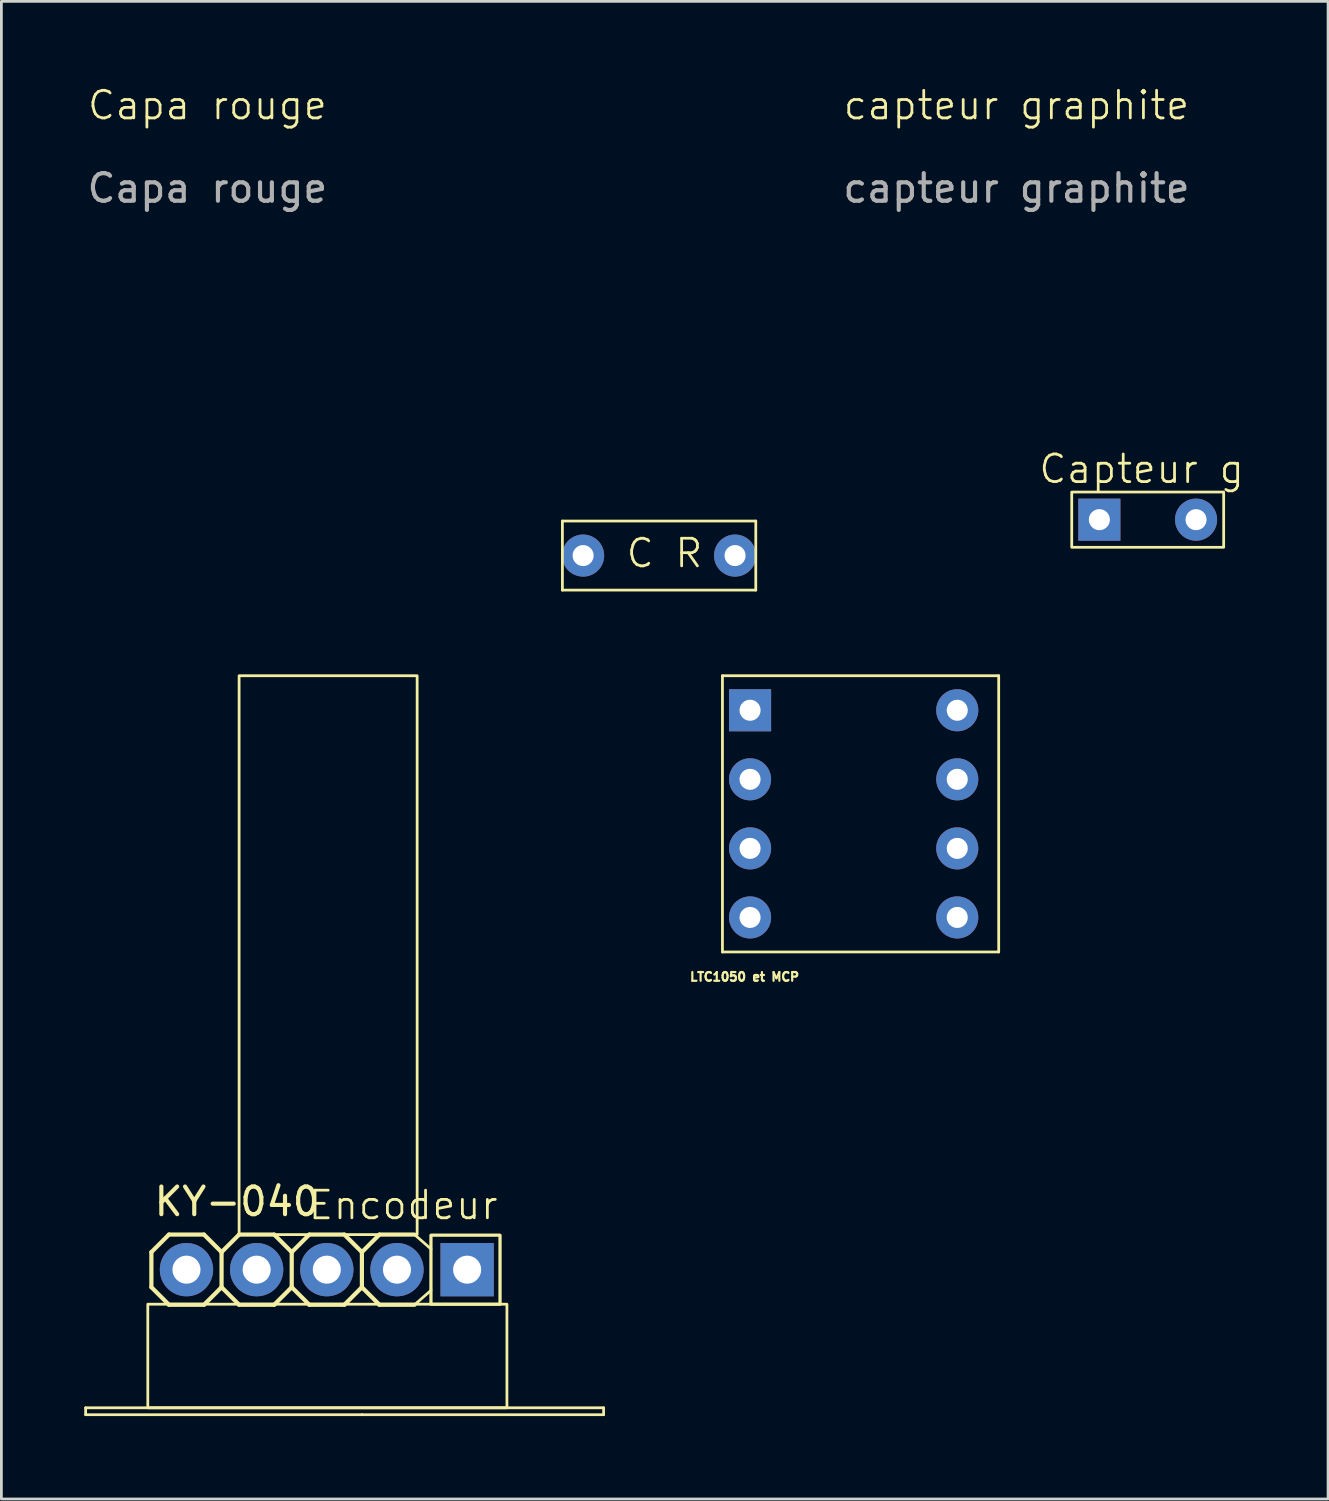
<source format=kicad_pcb>
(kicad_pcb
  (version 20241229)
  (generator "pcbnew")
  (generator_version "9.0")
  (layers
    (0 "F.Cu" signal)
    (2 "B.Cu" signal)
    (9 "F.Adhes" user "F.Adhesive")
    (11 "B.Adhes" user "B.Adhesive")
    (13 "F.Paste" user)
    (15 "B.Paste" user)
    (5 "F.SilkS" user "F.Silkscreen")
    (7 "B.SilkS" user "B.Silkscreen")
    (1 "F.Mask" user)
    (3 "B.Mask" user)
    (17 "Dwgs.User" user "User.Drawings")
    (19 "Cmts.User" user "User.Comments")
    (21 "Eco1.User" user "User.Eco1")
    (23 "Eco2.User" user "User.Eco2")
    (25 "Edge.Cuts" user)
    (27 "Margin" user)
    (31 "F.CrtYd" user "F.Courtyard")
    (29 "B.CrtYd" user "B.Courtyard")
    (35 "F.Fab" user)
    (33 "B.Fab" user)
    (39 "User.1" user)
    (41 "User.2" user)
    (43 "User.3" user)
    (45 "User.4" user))
  (footprint "LTC1050 et MCP"
    (layer "F.Cu")
    (at 23.101 31.41)
    (property "Reference" "LTC1050 et MCP" (at 0.8 0.9 0) (layer "F.SilkS") (effects (font (size 0.315 0.315) (thickness 0.15))))
    (attr through_hole)
    (fp_line (start 0 -10) (end 10 -10) (stroke (width 0.1) (type default)) (layer "F.SilkS"))
    (fp_line (start 0 0) (end 0 -10) (stroke (width 0.1) (type default)) (layer "F.SilkS"))
    (fp_line (start 10 -10) (end 10 0) (stroke (width 0.1) (type default)) (layer "F.SilkS"))
    (fp_line (start 10 0) (end 0 0) (stroke (width 0.1) (type default)) (layer "F.SilkS"))
    (pad "1" thru_hole rect (at 1 -8.75) (size 1.524 1.524) (drill 0.762) (layers "*.Cu" "*.Mask"))
    (pad "2" thru_hole circle (at 1 -6.25) (size 1.524 1.524) (drill 0.762) (layers "*.Cu" "*.Mask"))
    (pad "3" thru_hole circle (at 1 -3.75) (size 1.524 1.524) (drill 0.762) (layers "*.Cu" "*.Mask"))
    (pad "4" thru_hole circle (at 1 -1.25) (size 1.524 1.524) (drill 0.762) (layers "*.Cu" "*.Mask"))
    (pad "5" thru_hole circle (at 8.5 -8.75) (size 1.524 1.524) (drill 0.762) (layers "*.Cu" "*.Mask"))
    (pad "6" thru_hole circle (at 8.5 -6.25) (size 1.524 1.524) (drill 0.762) (layers "*.Cu" "*.Mask"))
    (pad "7" thru_hole circle (at 8.5 -3.75) (size 1.524 1.524) (drill 0.762) (layers "*.Cu" "*.Mask"))
    (pad "8" thru_hole circle (at 8.5 -1.25) (size 1.524 1.524) (drill 0.762) (layers "*.Cu" "*.Mask")))
  (footprint "KY-040"
    (layer "F.Cu")
    (at 10.05 42.91)
    (property "Reference" "KY-040" (at -4.521 -2.464 0) (layer "F.SilkS") (effects (font (size 1 1) (thickness 0.15))))
    (attr through_hole)
    (fp_line (start -10 5) (end 8.75 5) (stroke (width 0.1) (type default)) (layer "F.SilkS"))
    (fp_line (start -10 5.25) (end -10 5) (stroke (width 0.1) (type default)) (layer "F.SilkS"))
    (fp_line (start -7.62 -0.635) (end -7.62 0.635) (stroke (width 0.152) (type solid)) (layer "F.SilkS"))
    (fp_line (start -7.62 0.635) (end -6.985 1.27) (stroke (width 0.152) (type solid)) (layer "F.SilkS"))
    (fp_line (start -6.985 -1.27) (end -7.62 -0.635) (stroke (width 0.152) (type solid)) (layer "F.SilkS"))
    (fp_line (start -6.985 -1.27) (end -5.715 -1.27) (stroke (width 0.152) (type solid)) (layer "F.SilkS"))
    (fp_line (start -5.715 -1.27) (end -5.08 -0.635) (stroke (width 0.152) (type solid)) (layer "F.SilkS"))
    (fp_line (start -5.715 1.27) (end -6.985 1.27) (stroke (width 0.152) (type solid)) (layer "F.SilkS"))
    (fp_line (start -5.08 -0.635) (end -5.08 0.635) (stroke (width 0.152) (type solid)) (layer "F.SilkS"))
    (fp_line (start -5.08 -0.635) (end -4.445 -1.27) (stroke (width 0.152) (type solid)) (layer "F.SilkS"))
    (fp_line (start -5.08 0.635) (end -5.715 1.27) (stroke (width 0.152) (type solid)) (layer "F.SilkS"))
    (fp_line (start -4.445 -1.27) (end -3.175 -1.27) (stroke (width 0.152) (type solid)) (layer "F.SilkS"))
    (fp_line (start -4.445 1.27) (end -5.08 0.635) (stroke (width 0.152) (type solid)) (layer "F.SilkS"))
    (fp_line (start -3.175 -1.27) (end -2.54 -0.635) (stroke (width 0.152) (type solid)) (layer "F.SilkS"))
    (fp_line (start -3.175 1.27) (end -4.445 1.27) (stroke (width 0.152) (type solid)) (layer "F.SilkS"))
    (fp_line (start -2.54 -0.635) (end -2.54 0.635) (stroke (width 0.152) (type solid)) (layer "F.SilkS"))
    (fp_line (start -2.54 -0.635) (end -1.905 -1.27) (stroke (width 0.152) (type solid)) (layer "F.SilkS"))
    (fp_line (start -2.54 0.635) (end -3.175 1.27) (stroke (width 0.152) (type solid)) (layer "F.SilkS"))
    (fp_line (start -1.905 -1.27) (end -0.635 -1.27) (stroke (width 0.152) (type solid)) (layer "F.SilkS"))
    (fp_line (start -1.905 1.27) (end -2.54 0.635) (stroke (width 0.152) (type solid)) (layer "F.SilkS"))
    (fp_line (start -0.635 -1.27) (end 0 -0.635) (stroke (width 0.152) (type solid)) (layer "F.SilkS"))
    (fp_line (start -0.635 1.27) (end -1.905 1.27) (stroke (width 0.152) (type solid)) (layer "F.SilkS"))
    (fp_line (start 0 -0.635) (end 0 0.635) (stroke (width 0.152) (type solid)) (layer "F.SilkS"))
    (fp_line (start 0 0.635) (end -0.635 1.27) (stroke (width 0.152) (type solid)) (layer "F.SilkS"))
    (fp_line (start 0 0.635) (end 0.635 1.27) (stroke (width 0.152) (type solid)) (layer "F.SilkS"))
    (fp_line (start 0 5.25) (end -10 5.25) (stroke (width 0.1) (type default)) (layer "F.SilkS"))
    (fp_line (start 0.635 -1.27) (end 0 -0.635) (stroke (width 0.152) (type solid)) (layer "F.SilkS"))
    (fp_line (start 0.635 -1.27) (end 1.905 -1.27) (stroke (width 0.152) (type solid)) (layer "F.SilkS"))
    (fp_line (start 1.905 -1.27) (end 2.5 -0.75) (stroke (width 0.1) (type default)) (layer "F.SilkS"))
    (fp_line (start 1.905 1.27) (end 0.635 1.27) (stroke (width 0.152) (type solid)) (layer "F.SilkS"))
    (fp_line (start 1.905 1.27) (end 2.5 0.75) (stroke (width 0.1) (type default)) (layer "F.SilkS"))
    (fp_line (start 8.75 5) (end 8.75 5.25) (stroke (width 0.1) (type default)) (layer "F.SilkS"))
    (fp_line (start 8.75 5.25) (end 0 5.25) (stroke (width 0.1) (type default)) (layer "F.SilkS"))
    (fp_rect (start -7.75 1.25) (end 5.25 5) (stroke (width 0.1) (type default)) (fill no) (layer "F.SilkS"))
    (fp_rect (start -4.445 -1.27) (end 2 -21.5) (stroke (width 0.1) (type default)) (fill no) (layer "F.SilkS"))
    (fp_rect (start 2.5 -1.25) (end 5 1.25) (stroke (width 0.1) (type default)) (fill no) (layer "F.SilkS"))
    (fp_rect (start 5 1.25) (end 2.5 -1.25) (stroke (width 0.1) (type default)) (fill no) (layer "F.SilkS"))
    (fp_poly (pts (xy -4.064 -0.254) (xy -3.556 -0.254) (xy -3.556 0.254) (xy -4.064 0.254)) (stroke (width 0.01) (type solid)) (fill no) (layer "F.Fab"))
    (fp_poly (pts (xy -1.524 -0.254) (xy -1.016 -0.254) (xy -1.016 0.254) (xy -1.524 0.254)) (stroke (width 0.01) (type solid)) (fill no) (layer "F.Fab"))
    (fp_poly (pts (xy 1.016 -0.254) (xy 1.524 -0.254) (xy 1.524 0.254) (xy 1.016 0.254)) (stroke (width 0.01) (type solid)) (fill no) (layer "F.Fab"))
    (fp_poly (pts (xy 3.556 -0.254) (xy 4.064 -0.254) (xy 4.064 0.254) (xy 3.556 0.254)) (stroke (width 0.01) (type solid)) (fill no) (layer "F.Fab"))
    (fp_text user "Encodeur" (at -2 -1.75 0) (unlocked yes) (layer "F.SilkS") (effects (font (size 1 1) (thickness 0.1)) (justify left bottom)))
    (pad "1" thru_hole circle (at -6.35 0) (size 1.93 1.93) (drill 1.016) (layers "*.Cu" "*.Mask"))
    (pad "2" thru_hole circle (at -3.81 0) (size 1.93 1.93) (drill 1.016) (layers "*.Cu" "*.Mask"))
    (pad "3" thru_hole circle (at -1.27 0) (size 1.93 1.93) (drill 1.016) (layers "*.Cu" "*.Mask"))
    (pad "4" thru_hole circle (at 1.27 0) (size 1.93 1.93) (drill 1.016) (layers "*.Cu" "*.Mask"))
    (pad "5" thru_hole rect (at 3.81 0) (size 1.93 1.93) (drill 1.016) (layers "*.Cu" "*.Mask")))
  (footprint "Capa rouge"
    (layer "F.Cu")
    (at 18.058 17.061)
    (property "Reference" "Capa rouge" (at -13.6 -16.3 0) (unlocked yes) (layer "F.SilkS") (effects (font (size 1 1) (thickness 0.1))))
    (attr through_hole)
    (fp_line (start -0.75 -1.25) (end -0.75 1.25) (stroke (width 0.1) (type default)) (layer "F.SilkS"))
    (fp_line (start -0.75 1.25) (end 6.25 1.25) (stroke (width 0.1) (type default)) (layer "F.SilkS"))
    (fp_line (start 6.25 -1.25) (end -0.75 -1.25) (stroke (width 0.1) (type default)) (layer "F.SilkS"))
    (fp_line (start 6.25 1.25) (end 6.25 -1.25) (stroke (width 0.1) (type default)) (layer "F.SilkS"))
    (fp_text user "C R" (at 1.5 0.5 0) (unlocked yes) (layer "F.SilkS") (effects (font (size 1 1) (thickness 0.1)) (justify left bottom)))
    (fp_text user "${REFERENCE}" (at -13.6 -13.3 0) (unlocked yes) (layer "F.Fab") (effects (font (size 1 1) (thickness 0.15))))
    (pad "1" thru_hole circle (at 0 0) (size 1.524 1.524) (drill 0.762) (layers "*.Cu" "*.Mask"))
    (pad "2" thru_hole circle (at 5.5 0) (size 1.524 1.524) (drill 0.762) (layers "*.Cu" "*.Mask")))
  (footprint "capteur graphite"
    (layer "F.Cu")
    (at 36.745 15.761)
    (property "Reference" "capteur graphite" (at -3 -15 0) (unlocked yes) (layer "F.SilkS") (effects (font (size 1 1) (thickness 0.1))))
    (attr through_hole)
    (fp_rect (start -1 -1) (end 4.5 1) (stroke (width 0.1) (type default)) (fill no) (layer "F.SilkS"))
    (fp_text user "Capteur g" (at -2.25 -1.25 0) (unlocked yes) (layer "F.SilkS") (effects (font (size 1 1) (thickness 0.1)) (justify left bottom)))
    (fp_text user "${REFERENCE}" (at -3 -12 0) (unlocked yes) (layer "F.Fab") (effects (font (size 1 1) (thickness 0.15))))
    (pad "1" thru_hole rect (at 0 0) (size 1.524 1.524) (drill 0.762) (layers "*.Cu" "*.Mask"))
    (pad "2" thru_hole circle (at 3.5 0) (size 1.524 1.524) (drill 0.762) (layers "*.Cu" "*.Mask")))
  (gr_rect
    (start -3 -3)
    (end 45.024 51.211)
    (stroke (width 0.1) (type default))
    (fill no)
    (layer "Edge.Cuts")))
</source>
